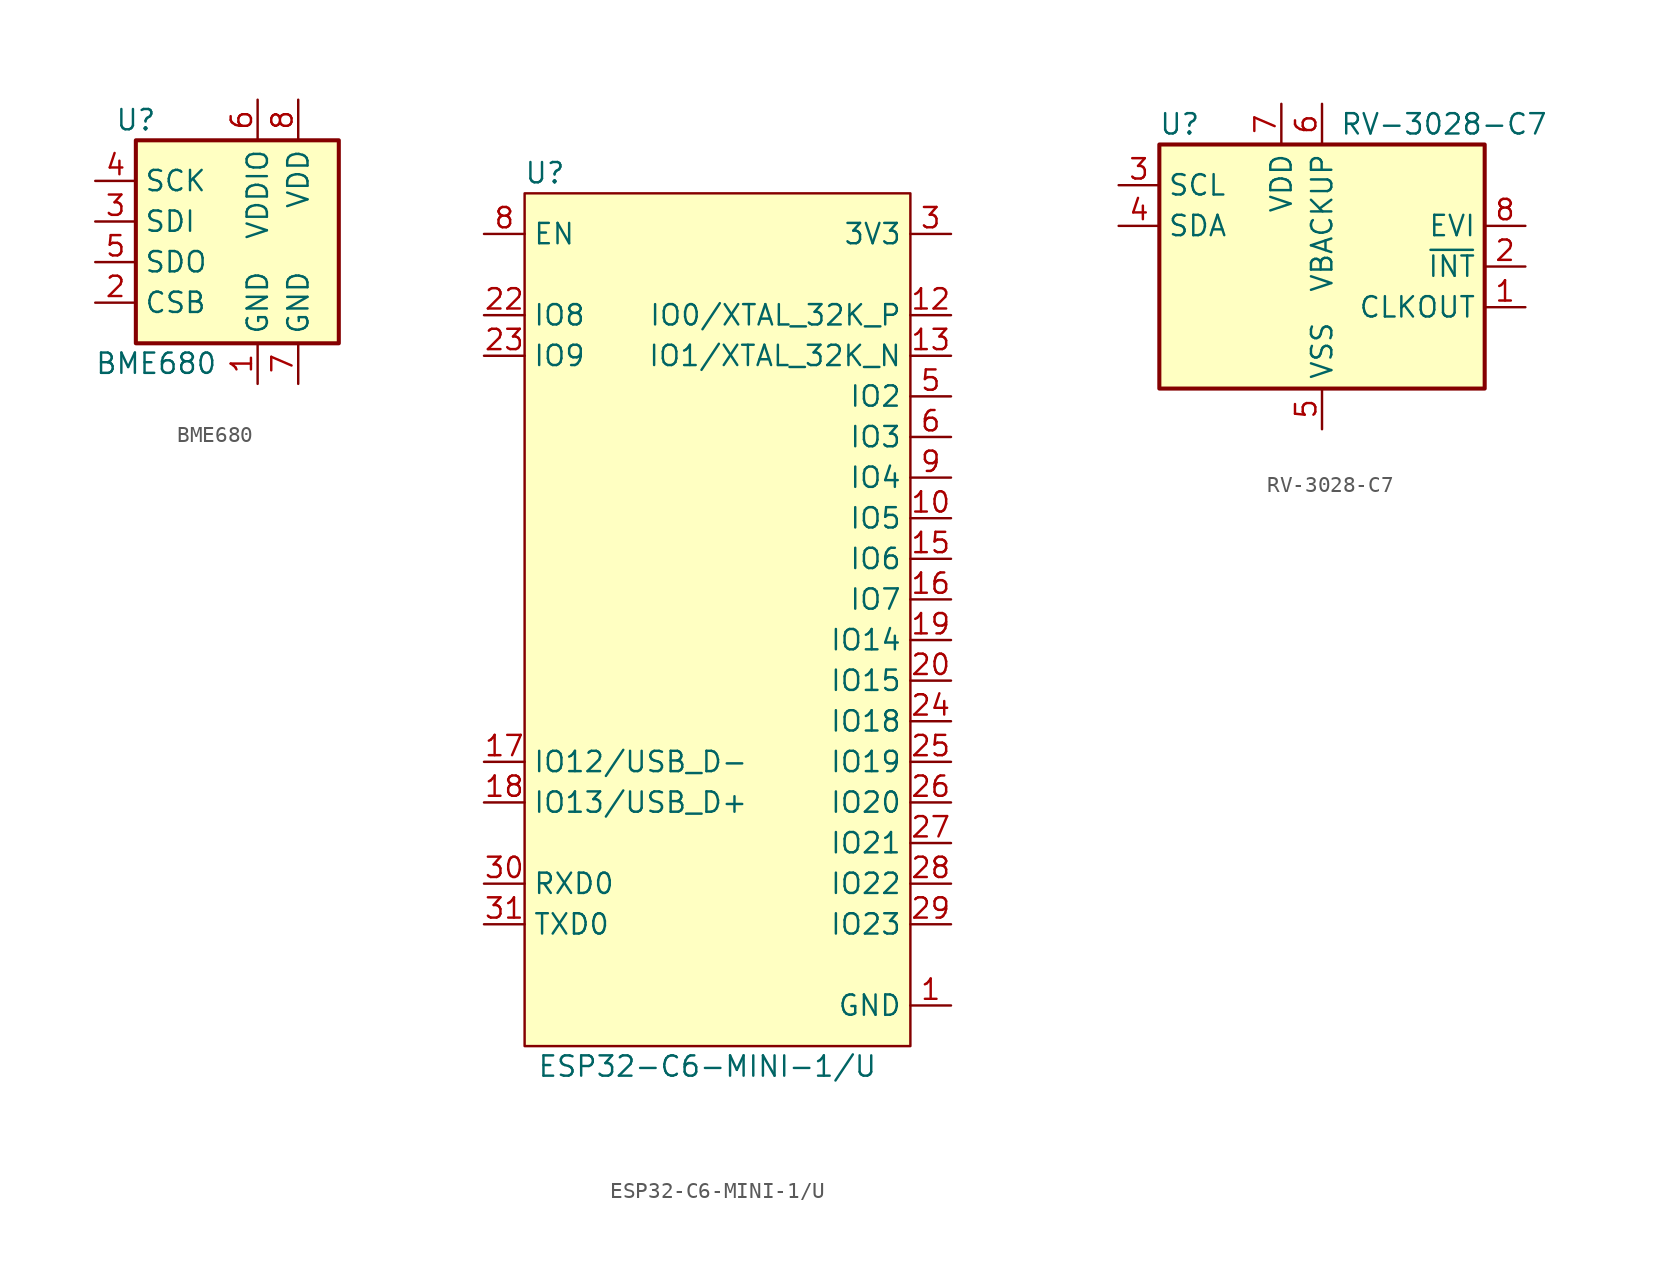
<source format=kicad_sym>
(kicad_symbol_lib
  (version 20231120)
  (generator "kicad_symbol_editor")
  (generator_version "8.0")
  (symbol "BME680"
    (property "Reference" "U"
      (at 0 1.27 0)
      (effects (font (size 1.27 1.27))))
    (property "Value" "BME680"
      (at 1.27 -13.97 0)
      (effects (font (size 1.27 1.27))))
    (symbol "BME680_0_1"
      (rectangle (start 0 0) (end 12.7 -12.7) (stroke (width 0.254) (type default)) (fill (type background))))
    (symbol "BME680_1_1"
      (pin power_in line (at 7.62 -15.24 90) (length 2.54) (name "GND" (effects (font (size 1.27 1.27)))) (number "1" (effects (font (size 1.27 1.27)))))
      (pin input line (at -2.54 -10.16 0) (length 2.54) (name "CSB" (effects (font (size 1.27 1.27)))) (number "2" (effects (font (size 1.27 1.27)))))
      (pin bidirectional line (at -2.54 -5.08 0) (length 2.54) (name "SDI" (effects (font (size 1.27 1.27)))) (number "3" (effects (font (size 1.27 1.27)))))
      (pin input line (at -2.54 -2.54 0) (length 2.54) (name "SCK" (effects (font (size 1.27 1.27)))) (number "4" (effects (font (size 1.27 1.27)))))
      (pin bidirectional line (at -2.54 -7.62 0) (length 2.54) (name "SDO" (effects (font (size 1.27 1.27)))) (number "5" (effects (font (size 1.27 1.27)))))
      (pin power_in line (at 7.62 2.54 270) (length 2.54) (name "VDDIO" (effects (font (size 1.27 1.27)))) (number "6" (effects (font (size 1.27 1.27)))))
      (pin power_in line (at 10.16 -15.24 90) (length 2.54) (name "GND" (effects (font (size 1.27 1.27)))) (number "7" (effects (font (size 1.27 1.27)))))
      (pin power_in line (at 10.16 2.54 270) (length 2.54) (name "VDD" (effects (font (size 1.27 1.27)))) (number "8" (effects (font (size 1.27 1.27)))))))
  (symbol "ESP32-C6-MINI-1/U"
    (property "Reference" "U"
      (at 1.27 1.27 0)
      (effects (font (size 1.27 1.27))))
    (property "Value" "ESP32-C6-MINI-1/U"
      (at 11.43 -54.61 0)
      (effects (font (size 1.27 1.27))))
    (symbol "ESP32-C6-MINI-1/U_1_1"
      (rectangle (start 0 0) (end 24.13 -53.34) (stroke (width 0) (type default)) (fill (type background)))
      (pin input line (at 26.67 -50.8 180) (length 2.54) (name "GND" (effects (font (size 1.27 1.27)))) (number "1" (effects (font (size 1.27 1.27)))))
      (pin input line (at 26.67 -20.32 180) (length 2.54) (name "IO5" (effects (font (size 1.27 1.27)))) (number "10" (effects (font (size 1.27 1.27)))))
      (pin input line (at 26.67 -50.8 180) (length 2.54) hide (name "GND" (effects (font (size 1.27 1.27)))) (number "11" (effects (font (size 1.27 1.27)))))
      (pin input line (at 26.67 -7.62 180) (length 2.54) (name "IO0/XTAL_32K_P" (effects (font (size 1.27 1.27)))) (number "12" (effects (font (size 1.27 1.27)))))
      (pin input line (at 26.67 -10.16 180) (length 2.54) (name "IO1/XTAL_32K_N" (effects (font (size 1.27 1.27)))) (number "13" (effects (font (size 1.27 1.27)))))
      (pin input line (at 26.67 -50.8 180) (length 2.54) hide (name "GND" (effects (font (size 1.27 1.27)))) (number "14" (effects (font (size 1.27 1.27)))))
      (pin input line (at 26.67 -22.86 180) (length 2.54) (name "IO6" (effects (font (size 1.27 1.27)))) (number "15" (effects (font (size 1.27 1.27)))))
      (pin input line (at 26.67 -25.4 180) (length 2.54) (name "IO7" (effects (font (size 1.27 1.27)))) (number "16" (effects (font (size 1.27 1.27)))))
      (pin input line (at -2.54 -35.56 0) (length 2.54) (name "IO12/USB_D-" (effects (font (size 1.27 1.27)))) (number "17" (effects (font (size 1.27 1.27)))))
      (pin input line (at -2.54 -38.1 0) (length 2.54) (name "IO13/USB_D+" (effects (font (size 1.27 1.27)))) (number "18" (effects (font (size 1.27 1.27)))))
      (pin input line (at 26.67 -27.94 180) (length 2.54) (name "IO14" (effects (font (size 1.27 1.27)))) (number "19" (effects (font (size 1.27 1.27)))))
      (pin input line (at 26.67 -50.8 180) (length 2.54) hide (name "GND" (effects (font (size 1.27 1.27)))) (number "2" (effects (font (size 1.27 1.27)))))
      (pin input line (at 26.67 -30.48 180) (length 2.54) (name "IO15" (effects (font (size 1.27 1.27)))) (number "20" (effects (font (size 1.27 1.27)))))
      (pin input line (at 26.67 -48.26 180) (length 2.54) hide (name "NC" (effects (font (size 1.27 1.27)))) (number "21" (effects (font (size 1.27 1.27)))))
      (pin input line (at -2.54 -7.62 0) (length 2.54) (name "IO8" (effects (font (size 1.27 1.27)))) (number "22" (effects (font (size 1.27 1.27)))))
      (pin input line (at -2.54 -10.16 0) (length 2.54) (name "IO9" (effects (font (size 1.27 1.27)))) (number "23" (effects (font (size 1.27 1.27)))))
      (pin input line (at 26.67 -33.02 180) (length 2.54) (name "IO18" (effects (font (size 1.27 1.27)))) (number "24" (effects (font (size 1.27 1.27)))))
      (pin input line (at 26.67 -35.56 180) (length 2.54) (name "IO19" (effects (font (size 1.27 1.27)))) (number "25" (effects (font (size 1.27 1.27)))))
      (pin input line (at 26.67 -38.1 180) (length 2.54) (name "IO20" (effects (font (size 1.27 1.27)))) (number "26" (effects (font (size 1.27 1.27)))))
      (pin input line (at 26.67 -40.64 180) (length 2.54) (name "IO21" (effects (font (size 1.27 1.27)))) (number "27" (effects (font (size 1.27 1.27)))))
      (pin input line (at 26.67 -43.18 180) (length 2.54) (name "IO22" (effects (font (size 1.27 1.27)))) (number "28" (effects (font (size 1.27 1.27)))))
      (pin input line (at 26.67 -45.72 180) (length 2.54) (name "IO23" (effects (font (size 1.27 1.27)))) (number "29" (effects (font (size 1.27 1.27)))))
      (pin input line (at 26.67 -2.54 180) (length 2.54) (name "3V3" (effects (font (size 1.27 1.27)))) (number "3" (effects (font (size 1.27 1.27)))))
      (pin input line (at -2.54 -43.18 0) (length 2.54) (name "RXD0" (effects (font (size 1.27 1.27)))) (number "30" (effects (font (size 1.27 1.27)))))
      (pin input line (at -2.54 -45.72 0) (length 2.54) (name "TXD0" (effects (font (size 1.27 1.27)))) (number "31" (effects (font (size 1.27 1.27)))))
      (pin input line (at 26.67 -48.26 180) (length 2.54) hide (name "NC" (effects (font (size 1.27 1.27)))) (number "32" (effects (font (size 1.27 1.27)))))
      (pin input line (at 26.67 -48.26 180) (length 2.54) hide (name "NC" (effects (font (size 1.27 1.27)))) (number "33" (effects (font (size 1.27 1.27)))))
      (pin input line (at 26.67 -48.26 180) (length 2.54) hide (name "NC" (effects (font (size 1.27 1.27)))) (number "34" (effects (font (size 1.27 1.27)))))
      (pin input line (at 26.67 -48.26 180) (length 2.54) hide (name "NC" (effects (font (size 1.27 1.27)))) (number "35" (effects (font (size 1.27 1.27)))))
      (pin input line (at 26.67 -50.8 180) (length 2.54) hide (name "GND" (effects (font (size 1.27 1.27)))) (number "36" (effects (font (size 1.27 1.27)))))
      (pin input line (at 26.67 -50.8 180) (length 2.54) hide (name "GND" (effects (font (size 1.27 1.27)))) (number "37" (effects (font (size 1.27 1.27)))))
      (pin input line (at 26.67 -50.8 180) (length 2.54) hide (name "GND" (effects (font (size 1.27 1.27)))) (number "38" (effects (font (size 1.27 1.27)))))
      (pin input line (at 26.67 -50.8 180) (length 2.54) hide (name "GND" (effects (font (size 1.27 1.27)))) (number "39" (effects (font (size 1.27 1.27)))))
      (pin input line (at 26.67 -48.26 180) (length 2.54) hide (name "NC" (effects (font (size 1.27 1.27)))) (number "4" (effects (font (size 1.27 1.27)))))
      (pin input line (at 26.67 -50.8 180) (length 2.54) hide (name "GND" (effects (font (size 1.27 1.27)))) (number "40" (effects (font (size 1.27 1.27)))))
      (pin input line (at 26.67 -50.8 180) (length 2.54) hide (name "GND" (effects (font (size 1.27 1.27)))) (number "41" (effects (font (size 1.27 1.27)))))
      (pin input line (at 26.67 -50.8 180) (length 2.54) hide (name "GND" (effects (font (size 1.27 1.27)))) (number "42" (effects (font (size 1.27 1.27)))))
      (pin input line (at 26.67 -50.8 180) (length 2.54) hide (name "GND" (effects (font (size 1.27 1.27)))) (number "43" (effects (font (size 1.27 1.27)))))
      (pin input line (at 26.67 -50.8 180) (length 2.54) hide (name "GND" (effects (font (size 1.27 1.27)))) (number "44" (effects (font (size 1.27 1.27)))))
      (pin input line (at 26.67 -50.8 180) (length 2.54) hide (name "GND" (effects (font (size 1.27 1.27)))) (number "45" (effects (font (size 1.27 1.27)))))
      (pin input line (at 26.67 -50.8 180) (length 2.54) hide (name "GND" (effects (font (size 1.27 1.27)))) (number "46" (effects (font (size 1.27 1.27)))))
      (pin input line (at 26.67 -50.8 180) (length 2.54) hide (name "GND" (effects (font (size 1.27 1.27)))) (number "47" (effects (font (size 1.27 1.27)))))
      (pin input line (at 26.67 -50.8 180) (length 2.54) hide (name "GND" (effects (font (size 1.27 1.27)))) (number "48" (effects (font (size 1.27 1.27)))))
      (pin input line (at 26.67 -50.8 180) (length 2.54) hide (name "GND" (effects (font (size 1.27 1.27)))) (number "49" (effects (font (size 1.27 1.27)))))
      (pin input line (at 26.67 -12.7 180) (length 2.54) (name "IO2" (effects (font (size 1.27 1.27)))) (number "5" (effects (font (size 1.27 1.27)))))
      (pin input line (at 26.67 -50.8 180) (length 2.54) hide (name "GND" (effects (font (size 1.27 1.27)))) (number "50" (effects (font (size 1.27 1.27)))))
      (pin input line (at 26.67 -50.8 180) (length 2.54) hide (name "GND" (effects (font (size 1.27 1.27)))) (number "51" (effects (font (size 1.27 1.27)))))
      (pin input line (at 26.67 -50.8 180) (length 2.54) hide (name "GND" (effects (font (size 1.27 1.27)))) (number "52" (effects (font (size 1.27 1.27)))))
      (pin input line (at 26.67 -50.8 180) (length 2.54) hide (name "GND" (effects (font (size 1.27 1.27)))) (number "53" (effects (font (size 1.27 1.27)))))
      (pin input line (at 26.67 -15.24 180) (length 2.54) (name "IO3" (effects (font (size 1.27 1.27)))) (number "6" (effects (font (size 1.27 1.27)))))
      (pin input line (at 26.67 -48.26 180) (length 2.54) hide (name "NC" (effects (font (size 1.27 1.27)))) (number "7" (effects (font (size 1.27 1.27)))))
      (pin input line (at -2.54 -2.54 0) (length 2.54) (name "EN" (effects (font (size 1.27 1.27)))) (number "8" (effects (font (size 1.27 1.27)))))
      (pin input line (at 26.67 -17.78 180) (length 2.54) (name "IO4" (effects (font (size 1.27 1.27)))) (number "9" (effects (font (size 1.27 1.27)))))))
  (symbol "RV-3028-C7"
    (property "Reference" "U"
      (at 1.27 1.27 0)
      (effects (font (size 1.27 1.27))))
    (property "Value" "RV-3028-C7"
      (at 17.78 1.27 0)
      (effects (font (size 1.27 1.27))))
    (symbol "RV-3028-C7_0_1"
      (rectangle (start 20.32 0) (end 0 -15.24) (stroke (width 0.254) (type default)) (fill (type background))))
    (symbol "RV-3028-C7_1_1"
      (pin open_collector line (at 22.86 -10.16 180) (length 2.54) (name "CLKOUT" (effects (font (size 1.27 1.27)))) (number "1" (effects (font (size 1.27 1.27)))))
      (pin open_collector line (at 22.86 -7.62 180) (length 2.54) (name "~{INT}" (effects (font (size 1.27 1.27)))) (number "2" (effects (font (size 1.27 1.27)))))
      (pin input line (at -2.54 -2.54 0) (length 2.54) (name "SCL" (effects (font (size 1.27 1.27)))) (number "3" (effects (font (size 1.27 1.27)))))
      (pin bidirectional line (at -2.54 -5.08 0) (length 2.54) (name "SDA" (effects (font (size 1.27 1.27)))) (number "4" (effects (font (size 1.27 1.27)))))
      (pin power_in line (at 10.16 -17.78 90) (length 2.54) (name "VSS" (effects (font (size 1.27 1.27)))) (number "5" (effects (font (size 1.27 1.27)))))
      (pin power_in line (at 10.16 2.54 270) (length 2.54) (name "VBACKUP" (effects (font (size 1.27 1.27)))) (number "6" (effects (font (size 1.27 1.27)))))
      (pin power_in line (at 7.62 2.54 270) (length 2.54) (name "VDD" (effects (font (size 1.27 1.27)))) (number "7" (effects (font (size 1.27 1.27)))))
      (pin open_collector line (at 22.86 -5.08 180) (length 2.54) (name "EVI" (effects (font (size 1.27 1.27)))) (number "8" (effects (font (size 1.27 1.27))))))))
</source>
